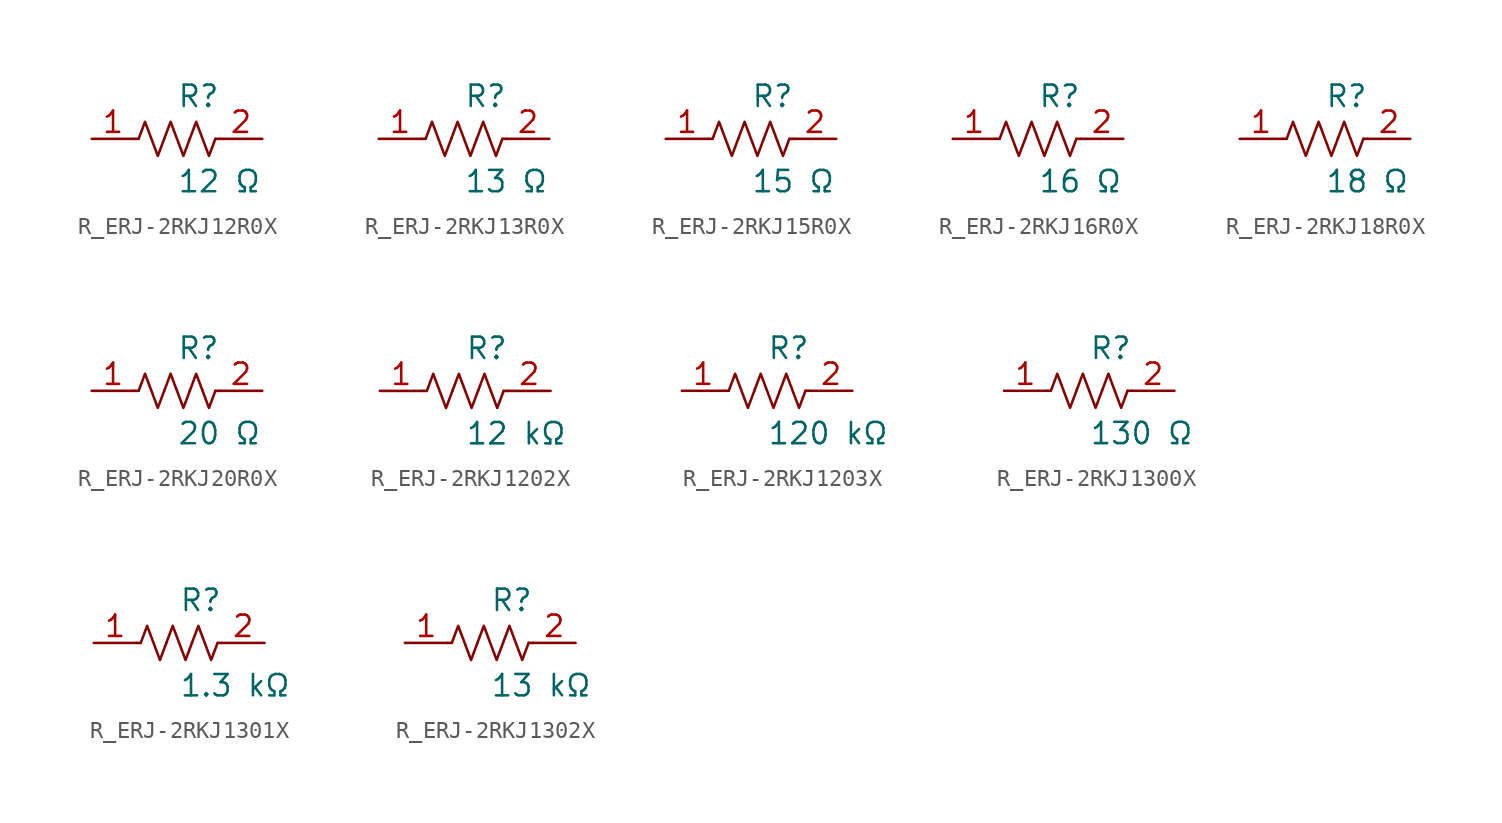
<source format=kicad_sym>
(kicad_symbol_lib
  (version 20231120)
  (generator kicad_symbol_editor)
  (generator_version 8.0)
  (symbol "R_ERJ-2RKJ12R0X"
    (pin_names
      (offset 0.254))
    (property "Reference" "R"
      (at 0 2.54 0)
      (effects (font (size 1.27 1.27)) (justify left)))
    (property "Value" "12 Ω"
      (at 0 -2.54 0)
      (effects (font (size 1.27 1.27)) (justify left)))
    (symbol "R_ERJ-2RKJ12R0X_0_1"
      (polyline (pts (xy 2.286 0) (xy 2.54 0)) (stroke (width 0) (type default)) (fill (type none)))
      (polyline (pts (xy -2.286 0) (xy -2.54 0)) (stroke (width 0) (type default)) (fill (type none)))
      (polyline (pts (xy 0.762 0) (xy 1.143 1.016) (xy 1.524 0) (xy 1.905 -1.016) (xy 2.286 0)) (stroke (width 0) (type default)) (fill (type none)))
      (polyline (pts (xy -0.762 0) (xy -0.381 1.016) (xy 0 0) (xy 0.381 -1.016) (xy 0.762 0)) (stroke (width 0) (type default)) (fill (type none)))
      (polyline (pts (xy -2.286 0) (xy -1.905 1.016) (xy -1.524 0) (xy -1.143 -1.016) (xy -0.762 0)) (stroke (width 0) (type default)) (fill (type none))))
    (pin unspecified line
      (at -5.08 0 0)
      (length 2.54)
      (name "" (effects (font (size 1.27 1.27))))
      (number "1" (effects (font (size 1.27 1.27)))))
    (pin unspecified line
      (at 5.08 0 180)
      (length 2.54)
      (name "" (effects (font (size 1.27 1.27))))
      (number "2" (effects (font (size 1.27 1.27))))))
  (symbol "R_ERJ-2RKJ13R0X"
    (pin_names
      (offset 0.254))
    (property "Reference" "R"
      (at 0 2.54 0)
      (effects (font (size 1.27 1.27)) (justify left)))
    (property "Value" "13 Ω"
      (at 0 -2.54 0)
      (effects (font (size 1.27 1.27)) (justify left)))
    (symbol "R_ERJ-2RKJ13R0X_0_1"
      (polyline (pts (xy 2.286 0) (xy 2.54 0)) (stroke (width 0) (type default)) (fill (type none)))
      (polyline (pts (xy -2.286 0) (xy -2.54 0)) (stroke (width 0) (type default)) (fill (type none)))
      (polyline (pts (xy 0.762 0) (xy 1.143 1.016) (xy 1.524 0) (xy 1.905 -1.016) (xy 2.286 0)) (stroke (width 0) (type default)) (fill (type none)))
      (polyline (pts (xy -0.762 0) (xy -0.381 1.016) (xy 0 0) (xy 0.381 -1.016) (xy 0.762 0)) (stroke (width 0) (type default)) (fill (type none)))
      (polyline (pts (xy -2.286 0) (xy -1.905 1.016) (xy -1.524 0) (xy -1.143 -1.016) (xy -0.762 0)) (stroke (width 0) (type default)) (fill (type none))))
    (pin unspecified line
      (at -5.08 0 0)
      (length 2.54)
      (name "" (effects (font (size 1.27 1.27))))
      (number "1" (effects (font (size 1.27 1.27)))))
    (pin unspecified line
      (at 5.08 0 180)
      (length 2.54)
      (name "" (effects (font (size 1.27 1.27))))
      (number "2" (effects (font (size 1.27 1.27))))))
  (symbol "R_ERJ-2RKJ15R0X"
    (pin_names
      (offset 0.254))
    (property "Reference" "R"
      (at 0 2.54 0)
      (effects (font (size 1.27 1.27)) (justify left)))
    (property "Value" "15 Ω"
      (at 0 -2.54 0)
      (effects (font (size 1.27 1.27)) (justify left)))
    (symbol "R_ERJ-2RKJ15R0X_0_1"
      (polyline (pts (xy 2.286 0) (xy 2.54 0)) (stroke (width 0) (type default)) (fill (type none)))
      (polyline (pts (xy -2.286 0) (xy -2.54 0)) (stroke (width 0) (type default)) (fill (type none)))
      (polyline (pts (xy 0.762 0) (xy 1.143 1.016) (xy 1.524 0) (xy 1.905 -1.016) (xy 2.286 0)) (stroke (width 0) (type default)) (fill (type none)))
      (polyline (pts (xy -0.762 0) (xy -0.381 1.016) (xy 0 0) (xy 0.381 -1.016) (xy 0.762 0)) (stroke (width 0) (type default)) (fill (type none)))
      (polyline (pts (xy -2.286 0) (xy -1.905 1.016) (xy -1.524 0) (xy -1.143 -1.016) (xy -0.762 0)) (stroke (width 0) (type default)) (fill (type none))))
    (pin unspecified line
      (at -5.08 0 0)
      (length 2.54)
      (name "" (effects (font (size 1.27 1.27))))
      (number "1" (effects (font (size 1.27 1.27)))))
    (pin unspecified line
      (at 5.08 0 180)
      (length 2.54)
      (name "" (effects (font (size 1.27 1.27))))
      (number "2" (effects (font (size 1.27 1.27))))))
  (symbol "R_ERJ-2RKJ16R0X"
    (pin_names
      (offset 0.254))
    (property "Reference" "R"
      (at 0 2.54 0)
      (effects (font (size 1.27 1.27)) (justify left)))
    (property "Value" "16 Ω"
      (at 0 -2.54 0)
      (effects (font (size 1.27 1.27)) (justify left)))
    (symbol "R_ERJ-2RKJ16R0X_0_1"
      (polyline (pts (xy 2.286 0) (xy 2.54 0)) (stroke (width 0) (type default)) (fill (type none)))
      (polyline (pts (xy -2.286 0) (xy -2.54 0)) (stroke (width 0) (type default)) (fill (type none)))
      (polyline (pts (xy 0.762 0) (xy 1.143 1.016) (xy 1.524 0) (xy 1.905 -1.016) (xy 2.286 0)) (stroke (width 0) (type default)) (fill (type none)))
      (polyline (pts (xy -0.762 0) (xy -0.381 1.016) (xy 0 0) (xy 0.381 -1.016) (xy 0.762 0)) (stroke (width 0) (type default)) (fill (type none)))
      (polyline (pts (xy -2.286 0) (xy -1.905 1.016) (xy -1.524 0) (xy -1.143 -1.016) (xy -0.762 0)) (stroke (width 0) (type default)) (fill (type none))))
    (pin unspecified line
      (at -5.08 0 0)
      (length 2.54)
      (name "" (effects (font (size 1.27 1.27))))
      (number "1" (effects (font (size 1.27 1.27)))))
    (pin unspecified line
      (at 5.08 0 180)
      (length 2.54)
      (name "" (effects (font (size 1.27 1.27))))
      (number "2" (effects (font (size 1.27 1.27))))))
  (symbol "R_ERJ-2RKJ18R0X"
    (pin_names
      (offset 0.254))
    (property "Reference" "R"
      (at 0 2.54 0)
      (effects (font (size 1.27 1.27)) (justify left)))
    (property "Value" "18 Ω"
      (at 0 -2.54 0)
      (effects (font (size 1.27 1.27)) (justify left)))
    (symbol "R_ERJ-2RKJ18R0X_0_1"
      (polyline (pts (xy 2.286 0) (xy 2.54 0)) (stroke (width 0) (type default)) (fill (type none)))
      (polyline (pts (xy -2.286 0) (xy -2.54 0)) (stroke (width 0) (type default)) (fill (type none)))
      (polyline (pts (xy 0.762 0) (xy 1.143 1.016) (xy 1.524 0) (xy 1.905 -1.016) (xy 2.286 0)) (stroke (width 0) (type default)) (fill (type none)))
      (polyline (pts (xy -0.762 0) (xy -0.381 1.016) (xy 0 0) (xy 0.381 -1.016) (xy 0.762 0)) (stroke (width 0) (type default)) (fill (type none)))
      (polyline (pts (xy -2.286 0) (xy -1.905 1.016) (xy -1.524 0) (xy -1.143 -1.016) (xy -0.762 0)) (stroke (width 0) (type default)) (fill (type none))))
    (pin unspecified line
      (at -5.08 0 0)
      (length 2.54)
      (name "" (effects (font (size 1.27 1.27))))
      (number "1" (effects (font (size 1.27 1.27)))))
    (pin unspecified line
      (at 5.08 0 180)
      (length 2.54)
      (name "" (effects (font (size 1.27 1.27))))
      (number "2" (effects (font (size 1.27 1.27))))))
  (symbol "R_ERJ-2RKJ20R0X"
    (pin_names
      (offset 0.254))
    (property "Reference" "R"
      (at 0 2.54 0)
      (effects (font (size 1.27 1.27)) (justify left)))
    (property "Value" "20 Ω"
      (at 0 -2.54 0)
      (effects (font (size 1.27 1.27)) (justify left)))
    (symbol "R_ERJ-2RKJ20R0X_0_1"
      (polyline (pts (xy 2.286 0) (xy 2.54 0)) (stroke (width 0) (type default)) (fill (type none)))
      (polyline (pts (xy -2.286 0) (xy -2.54 0)) (stroke (width 0) (type default)) (fill (type none)))
      (polyline (pts (xy 0.762 0) (xy 1.143 1.016) (xy 1.524 0) (xy 1.905 -1.016) (xy 2.286 0)) (stroke (width 0) (type default)) (fill (type none)))
      (polyline (pts (xy -0.762 0) (xy -0.381 1.016) (xy 0 0) (xy 0.381 -1.016) (xy 0.762 0)) (stroke (width 0) (type default)) (fill (type none)))
      (polyline (pts (xy -2.286 0) (xy -1.905 1.016) (xy -1.524 0) (xy -1.143 -1.016) (xy -0.762 0)) (stroke (width 0) (type default)) (fill (type none))))
    (pin unspecified line
      (at -5.08 0 0)
      (length 2.54)
      (name "" (effects (font (size 1.27 1.27))))
      (number "1" (effects (font (size 1.27 1.27)))))
    (pin unspecified line
      (at 5.08 0 180)
      (length 2.54)
      (name "" (effects (font (size 1.27 1.27))))
      (number "2" (effects (font (size 1.27 1.27))))))
  (symbol "R_ERJ-2RKJ1202X"
    (pin_names
      (offset 0.254))
    (property "Reference" "R"
      (at 0 2.54 0)
      (effects (font (size 1.27 1.27)) (justify left)))
    (property "Value" "12 kΩ"
      (at 0 -2.54 0)
      (effects (font (size 1.27 1.27)) (justify left)))
    (symbol "R_ERJ-2RKJ1202X_0_1"
      (polyline (pts (xy 2.286 0) (xy 2.54 0)) (stroke (width 0) (type default)) (fill (type none)))
      (polyline (pts (xy -2.286 0) (xy -2.54 0)) (stroke (width 0) (type default)) (fill (type none)))
      (polyline (pts (xy 0.762 0) (xy 1.143 1.016) (xy 1.524 0) (xy 1.905 -1.016) (xy 2.286 0)) (stroke (width 0) (type default)) (fill (type none)))
      (polyline (pts (xy -0.762 0) (xy -0.381 1.016) (xy 0 0) (xy 0.381 -1.016) (xy 0.762 0)) (stroke (width 0) (type default)) (fill (type none)))
      (polyline (pts (xy -2.286 0) (xy -1.905 1.016) (xy -1.524 0) (xy -1.143 -1.016) (xy -0.762 0)) (stroke (width 0) (type default)) (fill (type none))))
    (pin unspecified line
      (at -5.08 0 0)
      (length 2.54)
      (name "" (effects (font (size 1.27 1.27))))
      (number "1" (effects (font (size 1.27 1.27)))))
    (pin unspecified line
      (at 5.08 0 180)
      (length 2.54)
      (name "" (effects (font (size 1.27 1.27))))
      (number "2" (effects (font (size 1.27 1.27))))))
  (symbol "R_ERJ-2RKJ1203X"
    (pin_names
      (offset 0.254))
    (property "Reference" "R"
      (at 0 2.54 0)
      (effects (font (size 1.27 1.27)) (justify left)))
    (property "Value" "120 kΩ"
      (at 0 -2.54 0)
      (effects (font (size 1.27 1.27)) (justify left)))
    (symbol "R_ERJ-2RKJ1203X_0_1"
      (polyline (pts (xy 2.286 0) (xy 2.54 0)) (stroke (width 0) (type default)) (fill (type none)))
      (polyline (pts (xy -2.286 0) (xy -2.54 0)) (stroke (width 0) (type default)) (fill (type none)))
      (polyline (pts (xy 0.762 0) (xy 1.143 1.016) (xy 1.524 0) (xy 1.905 -1.016) (xy 2.286 0)) (stroke (width 0) (type default)) (fill (type none)))
      (polyline (pts (xy -0.762 0) (xy -0.381 1.016) (xy 0 0) (xy 0.381 -1.016) (xy 0.762 0)) (stroke (width 0) (type default)) (fill (type none)))
      (polyline (pts (xy -2.286 0) (xy -1.905 1.016) (xy -1.524 0) (xy -1.143 -1.016) (xy -0.762 0)) (stroke (width 0) (type default)) (fill (type none))))
    (pin unspecified line
      (at -5.08 0 0)
      (length 2.54)
      (name "" (effects (font (size 1.27 1.27))))
      (number "1" (effects (font (size 1.27 1.27)))))
    (pin unspecified line
      (at 5.08 0 180)
      (length 2.54)
      (name "" (effects (font (size 1.27 1.27))))
      (number "2" (effects (font (size 1.27 1.27))))))
  (symbol "R_ERJ-2RKJ1300X"
    (pin_names
      (offset 0.254))
    (property "Reference" "R"
      (at 0 2.54 0)
      (effects (font (size 1.27 1.27)) (justify left)))
    (property "Value" "130 Ω"
      (at 0 -2.54 0)
      (effects (font (size 1.27 1.27)) (justify left)))
    (symbol "R_ERJ-2RKJ1300X_0_1"
      (polyline (pts (xy 2.286 0) (xy 2.54 0)) (stroke (width 0) (type default)) (fill (type none)))
      (polyline (pts (xy -2.286 0) (xy -2.54 0)) (stroke (width 0) (type default)) (fill (type none)))
      (polyline (pts (xy 0.762 0) (xy 1.143 1.016) (xy 1.524 0) (xy 1.905 -1.016) (xy 2.286 0)) (stroke (width 0) (type default)) (fill (type none)))
      (polyline (pts (xy -0.762 0) (xy -0.381 1.016) (xy 0 0) (xy 0.381 -1.016) (xy 0.762 0)) (stroke (width 0) (type default)) (fill (type none)))
      (polyline (pts (xy -2.286 0) (xy -1.905 1.016) (xy -1.524 0) (xy -1.143 -1.016) (xy -0.762 0)) (stroke (width 0) (type default)) (fill (type none))))
    (pin unspecified line
      (at -5.08 0 0)
      (length 2.54)
      (name "" (effects (font (size 1.27 1.27))))
      (number "1" (effects (font (size 1.27 1.27)))))
    (pin unspecified line
      (at 5.08 0 180)
      (length 2.54)
      (name "" (effects (font (size 1.27 1.27))))
      (number "2" (effects (font (size 1.27 1.27))))))
  (symbol "R_ERJ-2RKJ1301X"
    (pin_names
      (offset 0.254))
    (property "Reference" "R"
      (at 0 2.54 0)
      (effects (font (size 1.27 1.27)) (justify left)))
    (property "Value" "1.3 kΩ"
      (at 0 -2.54 0)
      (effects (font (size 1.27 1.27)) (justify left)))
    (symbol "R_ERJ-2RKJ1301X_0_1"
      (polyline (pts (xy 2.286 0) (xy 2.54 0)) (stroke (width 0) (type default)) (fill (type none)))
      (polyline (pts (xy -2.286 0) (xy -2.54 0)) (stroke (width 0) (type default)) (fill (type none)))
      (polyline (pts (xy 0.762 0) (xy 1.143 1.016) (xy 1.524 0) (xy 1.905 -1.016) (xy 2.286 0)) (stroke (width 0) (type default)) (fill (type none)))
      (polyline (pts (xy -0.762 0) (xy -0.381 1.016) (xy 0 0) (xy 0.381 -1.016) (xy 0.762 0)) (stroke (width 0) (type default)) (fill (type none)))
      (polyline (pts (xy -2.286 0) (xy -1.905 1.016) (xy -1.524 0) (xy -1.143 -1.016) (xy -0.762 0)) (stroke (width 0) (type default)) (fill (type none))))
    (pin unspecified line
      (at -5.08 0 0)
      (length 2.54)
      (name "" (effects (font (size 1.27 1.27))))
      (number "1" (effects (font (size 1.27 1.27)))))
    (pin unspecified line
      (at 5.08 0 180)
      (length 2.54)
      (name "" (effects (font (size 1.27 1.27))))
      (number "2" (effects (font (size 1.27 1.27))))))
  (symbol "R_ERJ-2RKJ1302X"
    (pin_names
      (offset 0.254))
    (property "Reference" "R"
      (at 0 2.54 0)
      (effects (font (size 1.27 1.27)) (justify left)))
    (property "Value" "13 kΩ"
      (at 0 -2.54 0)
      (effects (font (size 1.27 1.27)) (justify left)))
    (symbol "R_ERJ-2RKJ1302X_0_1"
      (polyline (pts (xy 2.286 0) (xy 2.54 0)) (stroke (width 0) (type default)) (fill (type none)))
      (polyline (pts (xy -2.286 0) (xy -2.54 0)) (stroke (width 0) (type default)) (fill (type none)))
      (polyline (pts (xy 0.762 0) (xy 1.143 1.016) (xy 1.524 0) (xy 1.905 -1.016) (xy 2.286 0)) (stroke (width 0) (type default)) (fill (type none)))
      (polyline (pts (xy -0.762 0) (xy -0.381 1.016) (xy 0 0) (xy 0.381 -1.016) (xy 0.762 0)) (stroke (width 0) (type default)) (fill (type none)))
      (polyline (pts (xy -2.286 0) (xy -1.905 1.016) (xy -1.524 0) (xy -1.143 -1.016) (xy -0.762 0)) (stroke (width 0) (type default)) (fill (type none))))
    (pin unspecified line
      (at -5.08 0 0)
      (length 2.54)
      (name "" (effects (font (size 1.27 1.27))))
      (number "1" (effects (font (size 1.27 1.27)))))
    (pin unspecified line
      (at 5.08 0 180)
      (length 2.54)
      (name "" (effects (font (size 1.27 1.27))))
      (number "2" (effects (font (size 1.27 1.27)))))))
</source>
